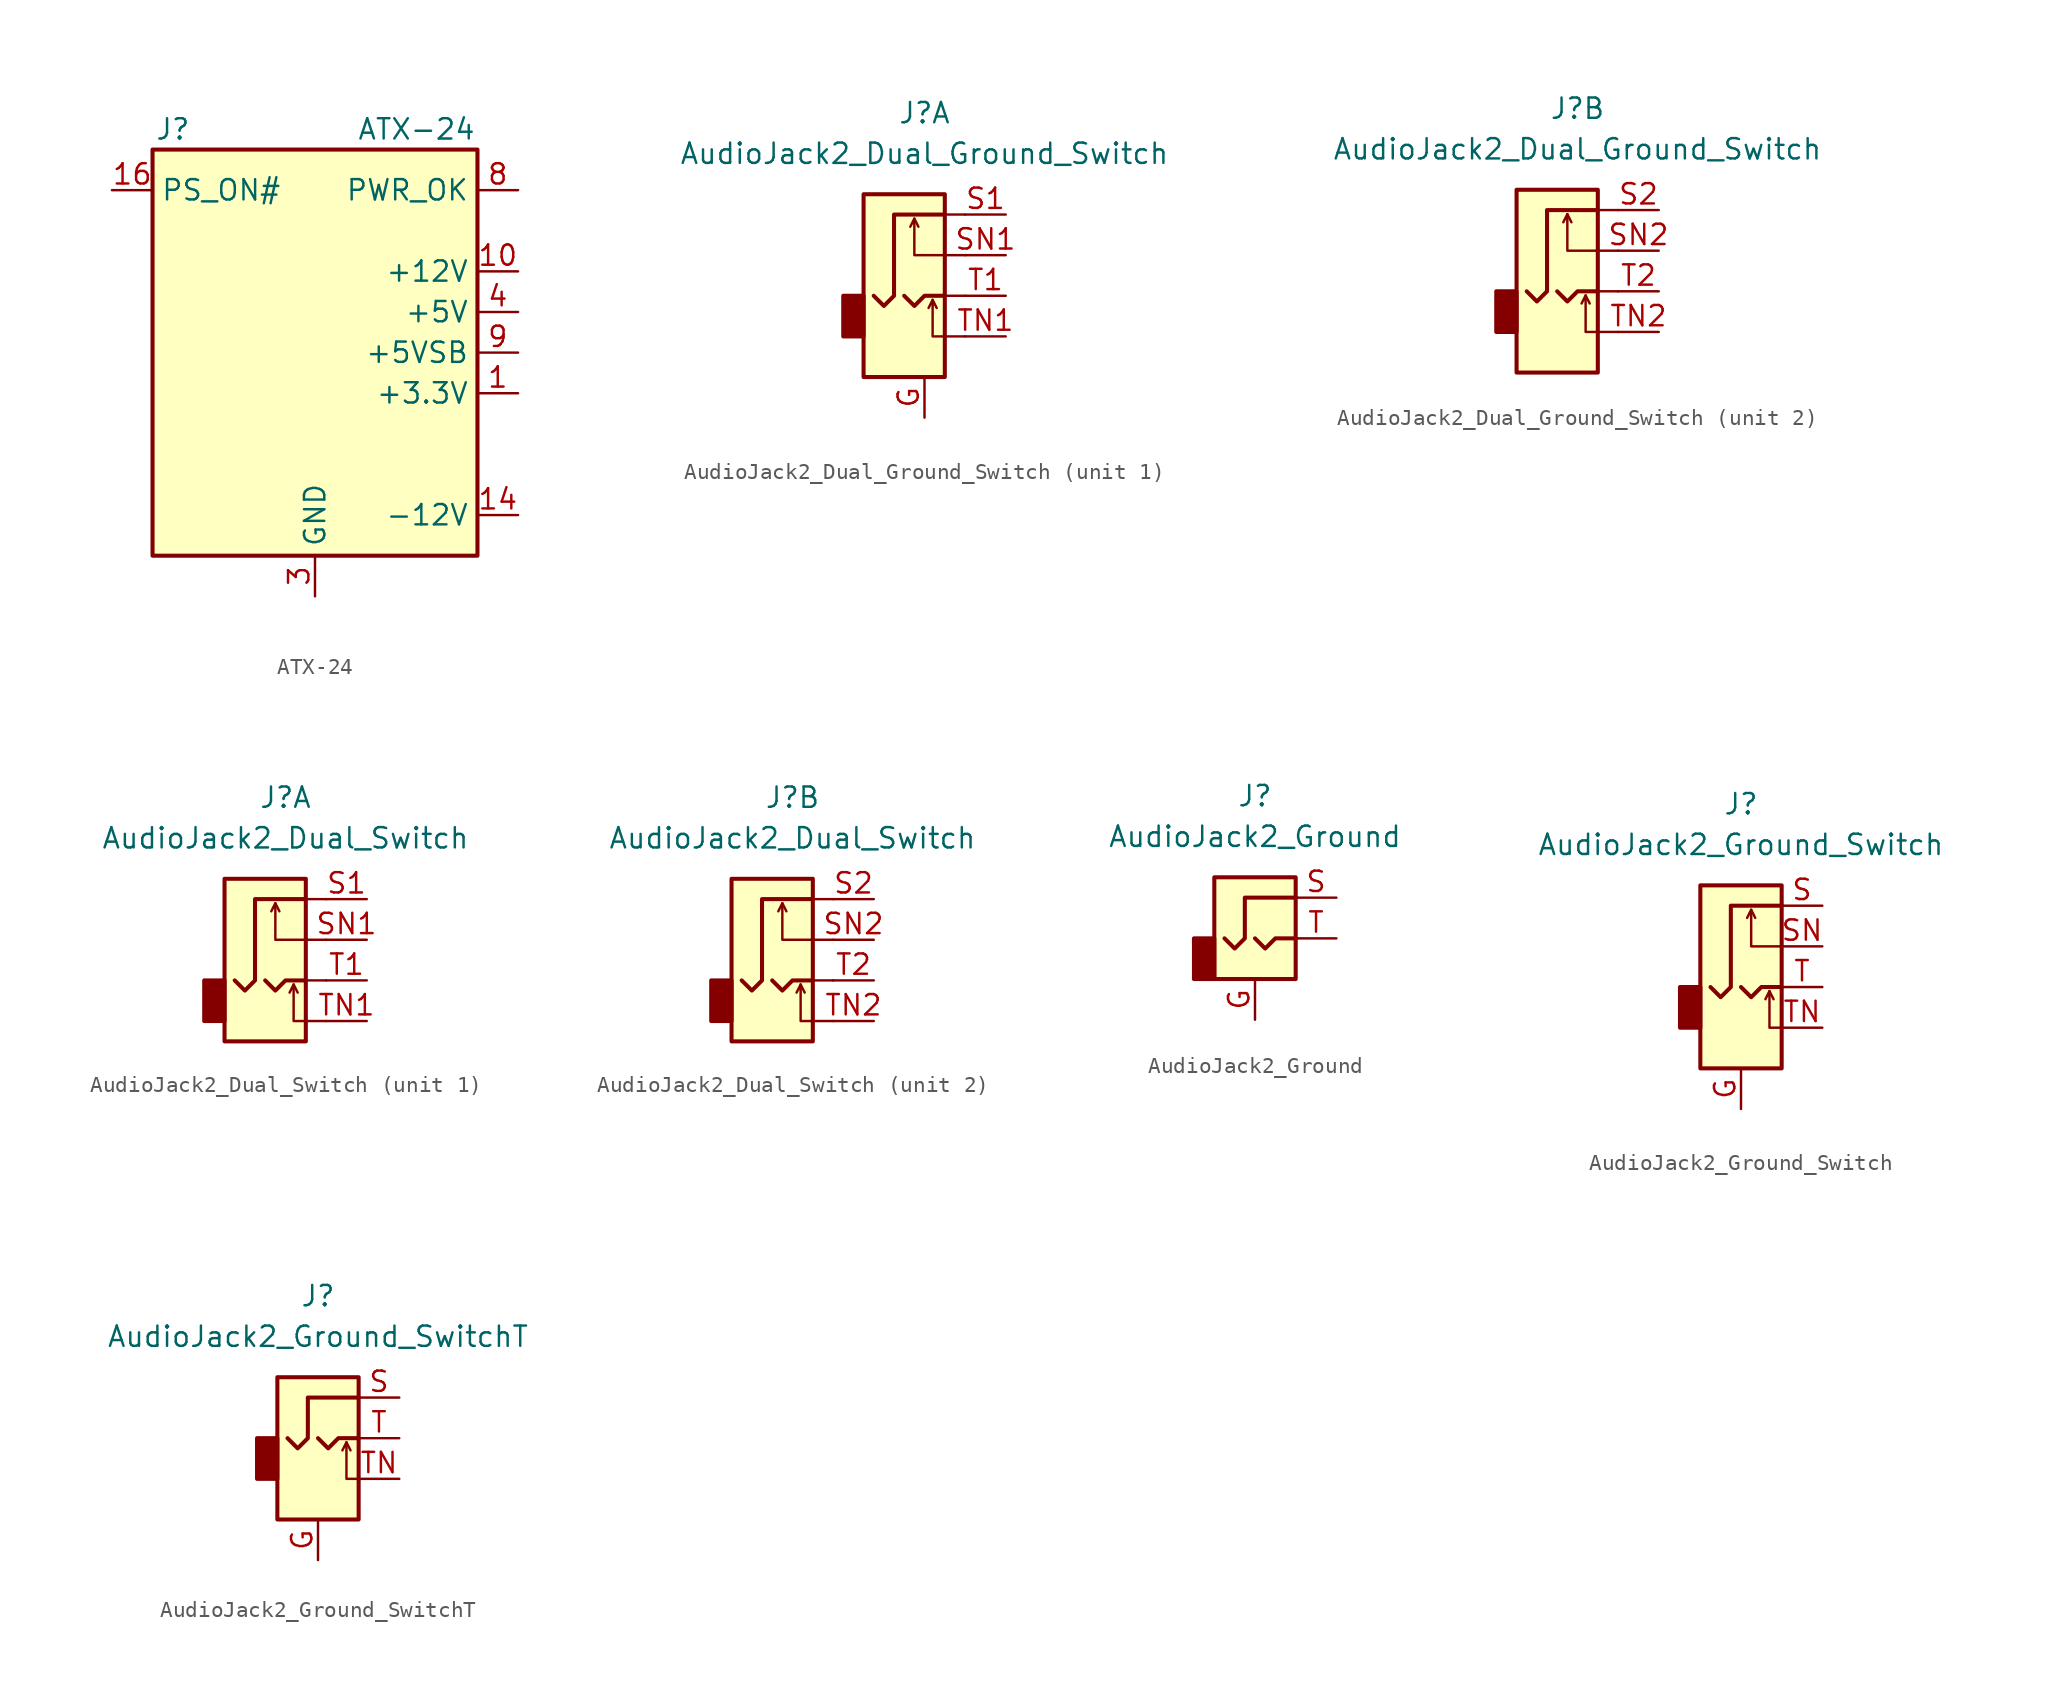
<source format=kicad_sym>
(kicad_symbol_lib
  (version 20201005)
  (generator kicad_symbol_editor)
  (symbol "Connector:ATX-24"
    (property "Reference" "J"
      (at -8.89 13.97 0)
      (effects (font (size 1.27 1.27))))
    (property "Value" "ATX-24"
      (at 6.35 13.97 0)
      (effects (font (size 1.27 1.27))))
    (symbol "ATX-24_0_1"
      (rectangle (start -10.16 12.7) (end 10.16 -12.7) (stroke (width 0.254)) (fill (type background))))
    (symbol "ATX-24_1_1"
      (pin power_out line (at 12.7 -2.54 180) (length 2.54) (name "+3.3V" (effects (font (size 1.27 1.27)))) (number "1" (effects (font (size 1.27 1.27)))))
      (pin power_out line (at 12.7 5.08 180) (length 2.54) (name "+12V" (effects (font (size 1.27 1.27)))) (number "10" (effects (font (size 1.27 1.27)))))
      (pin passive line (at 12.7 5.08 180) (length 2.54) hide (name "+12V" (effects (font (size 1.27 1.27)))) (number "11" (effects (font (size 1.27 1.27)))))
      (pin passive line (at 12.7 -2.54 180) (length 2.54) hide (name "+3.3V" (effects (font (size 1.27 1.27)))) (number "12" (effects (font (size 1.27 1.27)))))
      (pin passive line (at 12.7 -2.54 180) (length 2.54) hide (name "+3.3V" (effects (font (size 1.27 1.27)))) (number "13" (effects (font (size 1.27 1.27)))))
      (pin power_out line (at 12.7 -10.16 180) (length 2.54) (name "-12V" (effects (font (size 1.27 1.27)))) (number "14" (effects (font (size 1.27 1.27)))))
      (pin passive line (at 0 -15.24 90) (length 2.54) hide (name "GND" (effects (font (size 1.27 1.27)))) (number "15" (effects (font (size 1.27 1.27)))))
      (pin open_collector line (at -12.7 10.16 0) (length 2.54) (name "PS_ON#" (effects (font (size 1.27 1.27)))) (number "16" (effects (font (size 1.27 1.27)))))
      (pin passive line (at 0 -15.24 90) (length 2.54) hide (name "GND" (effects (font (size 1.27 1.27)))) (number "17" (effects (font (size 1.27 1.27)))))
      (pin passive line (at 0 -15.24 90) (length 2.54) hide (name "GND" (effects (font (size 1.27 1.27)))) (number "18" (effects (font (size 1.27 1.27)))))
      (pin passive line (at 0 -15.24 90) (length 2.54) hide (name "GND" (effects (font (size 1.27 1.27)))) (number "19" (effects (font (size 1.27 1.27)))))
      (pin passive line (at 12.7 -2.54 180) (length 2.54) hide (name "+3.3V" (effects (font (size 1.27 1.27)))) (number "2" (effects (font (size 1.27 1.27)))))
      (pin no_connect line (at -10.16 0 0) (length 2.54) hide (name "NC" (effects (font (size 1.27 1.27)))) (number "20" (effects (font (size 1.27 1.27)))))
      (pin passive line (at 12.7 2.54 180) (length 2.54) hide (name "+5V" (effects (font (size 1.27 1.27)))) (number "21" (effects (font (size 1.27 1.27)))))
      (pin passive line (at 12.7 2.54 180) (length 2.54) hide (name "+5V" (effects (font (size 1.27 1.27)))) (number "22" (effects (font (size 1.27 1.27)))))
      (pin passive line (at 12.7 2.54 180) (length 2.54) hide (name "+5V" (effects (font (size 1.27 1.27)))) (number "23" (effects (font (size 1.27 1.27)))))
      (pin passive line (at 0 -15.24 90) (length 2.54) hide (name "GND" (effects (font (size 1.27 1.27)))) (number "24" (effects (font (size 1.27 1.27)))))
      (pin power_out line (at 0 -15.24 90) (length 2.54) (name "GND" (effects (font (size 1.27 1.27)))) (number "3" (effects (font (size 1.27 1.27)))))
      (pin power_out line (at 12.7 2.54 180) (length 2.54) (name "+5V" (effects (font (size 1.27 1.27)))) (number "4" (effects (font (size 1.27 1.27)))))
      (pin passive line (at 0 -15.24 90) (length 2.54) hide (name "GND" (effects (font (size 1.27 1.27)))) (number "5" (effects (font (size 1.27 1.27)))))
      (pin passive line (at 12.7 2.54 180) (length 2.54) hide (name "+5V" (effects (font (size 1.27 1.27)))) (number "6" (effects (font (size 1.27 1.27)))))
      (pin passive line (at 0 -15.24 90) (length 2.54) hide (name "GND" (effects (font (size 1.27 1.27)))) (number "7" (effects (font (size 1.27 1.27)))))
      (pin output line (at 12.7 10.16 180) (length 2.54) (name "PWR_OK" (effects (font (size 1.27 1.27)))) (number "8" (effects (font (size 1.27 1.27)))))
      (pin power_out line (at 12.7 0 180) (length 2.54) (name "+5VSB" (effects (font (size 1.27 1.27)))) (number "9" (effects (font (size 1.27 1.27)))))))
  (symbol "Connector:AudioJack2_Dual_Ground_Switch"
    (property "Reference" "J"
      (at 0 11.43 0)
      (effects (font (size 1.27 1.27))))
    (property "Value" "AudioJack2_Dual_Ground_Switch"
      (at 0 8.89 0)
      (effects (font (size 1.27 1.27))))
    (symbol "AudioJack2_Dual_Ground_Switch_0_1"
      (rectangle (start -5.08 0) (end -3.81 -2.54) (stroke (width 0.254)) (fill (type outline)))
      (rectangle (start 1.27 6.35) (end -3.81 -5.08) (stroke (width 0.254)) (fill (type background)))
      (polyline (pts (xy -0.635 4.826) (xy -0.381 4.318)) (stroke (width 0)) (fill (type none)))
      (polyline (pts (xy 0.508 -0.254) (xy 0.762 -0.762)) (stroke (width 0)) (fill (type none)))
      (polyline (pts (xy 1.27 -2.54) (xy 2.54 -2.54)) (stroke (width 0)) (fill (type none)))
      (polyline (pts (xy 1.27 2.54) (xy 2.54 2.54)) (stroke (width 0)) (fill (type none)))
      (polyline (pts (xy 2.54 0) (xy 1.27 0)) (stroke (width 0)) (fill (type none)))
      (polyline (pts (xy 2.54 5.08) (xy 1.27 5.08)) (stroke (width 0)) (fill (type none)))
      (polyline (pts (xy -1.27 0) (xy -0.635 -0.635) (xy 0 0) (xy 1.27 0)) (stroke (width 0.254)) (fill (type none)))
      (polyline (pts (xy 1.27 -2.54) (xy 0.508 -2.54) (xy 0.508 -0.254) (xy 0.254 -0.762)) (stroke (width 0)) (fill (type none)))
      (polyline (pts (xy 1.27 2.54) (xy -0.635 2.54) (xy -0.635 4.826) (xy -0.889 4.318)) (stroke (width 0)) (fill (type none)))
      (polyline (pts (xy 1.27 5.08) (xy -1.905 5.08) (xy -1.905 0) (xy -2.54 -0.635) (xy -3.175 0)) (stroke (width 0.254)) (fill (type none))))
    (symbol "AudioJack2_Dual_Ground_Switch_1_1"
      (pin passive line (at 0 -7.62 90) (length 2.54) (name "~" (effects (font (size 1.27 1.27)))) (number "G" (effects (font (size 1.27 1.27)))))
      (pin passive line (at 5.08 5.08 180) (length 2.54) (name "~" (effects (font (size 1.27 1.27)))) (number "S1" (effects (font (size 1.27 1.27)))))
      (pin passive line (at 5.08 2.54 180) (length 2.54) (name "~" (effects (font (size 1.27 1.27)))) (number "SN1" (effects (font (size 1.27 1.27)))))
      (pin passive line (at 5.08 0 180) (length 2.54) (name "~" (effects (font (size 1.27 1.27)))) (number "T1" (effects (font (size 1.27 1.27)))))
      (pin passive line (at 5.08 -2.54 180) (length 2.54) (name "~" (effects (font (size 1.27 1.27)))) (number "TN1" (effects (font (size 1.27 1.27))))))
    (symbol "AudioJack2_Dual_Ground_Switch_2_1"
      (pin passive line (at 5.08 5.08 180) (length 2.54) (name "~" (effects (font (size 1.27 1.27)))) (number "S2" (effects (font (size 1.27 1.27)))))
      (pin passive line (at 5.08 2.54 180) (length 2.54) (name "~" (effects (font (size 1.27 1.27)))) (number "SN2" (effects (font (size 1.27 1.27)))))
      (pin passive line (at 5.08 0 180) (length 2.54) (name "~" (effects (font (size 1.27 1.27)))) (number "T2" (effects (font (size 1.27 1.27)))))
      (pin passive line (at 5.08 -2.54 180) (length 2.54) (name "~" (effects (font (size 1.27 1.27)))) (number "TN2" (effects (font (size 1.27 1.27)))))))
  (symbol "Connector:AudioJack2_Dual_Switch"
    (property "Reference" "J"
      (at 0 11.43 0)
      (effects (font (size 1.27 1.27))))
    (property "Value" "AudioJack2_Dual_Switch"
      (at 0 8.89 0)
      (effects (font (size 1.27 1.27))))
    (symbol "AudioJack2_Dual_Switch_0_1"
      (rectangle (start -3.81 -2.54) (end -5.08 0) (stroke (width 0.254)) (fill (type outline)))
      (rectangle (start 1.27 6.35) (end -3.81 -3.81) (stroke (width 0.254)) (fill (type background)))
      (polyline (pts (xy -0.635 4.826) (xy -0.381 4.318)) (stroke (width 0)) (fill (type none)))
      (polyline (pts (xy 0.508 -0.254) (xy 0.762 -0.762)) (stroke (width 0)) (fill (type none)))
      (polyline (pts (xy 1.27 -2.54) (xy 2.54 -2.54)) (stroke (width 0)) (fill (type none)))
      (polyline (pts (xy 1.27 2.54) (xy 2.54 2.54)) (stroke (width 0)) (fill (type none)))
      (polyline (pts (xy 2.54 0) (xy 1.27 0)) (stroke (width 0)) (fill (type none)))
      (polyline (pts (xy 2.54 5.08) (xy 1.27 5.08)) (stroke (width 0)) (fill (type none)))
      (polyline (pts (xy -1.27 0) (xy -0.635 -0.635) (xy 0 0) (xy 1.27 0)) (stroke (width 0.254)) (fill (type none)))
      (polyline (pts (xy 1.27 -2.54) (xy 0.508 -2.54) (xy 0.508 -0.254) (xy 0.254 -0.762)) (stroke (width 0)) (fill (type none)))
      (polyline (pts (xy 1.27 2.54) (xy -0.635 2.54) (xy -0.635 4.826) (xy -0.889 4.318)) (stroke (width 0)) (fill (type none)))
      (polyline (pts (xy 1.27 5.08) (xy -1.905 5.08) (xy -1.905 0) (xy -2.54 -0.635) (xy -3.175 0)) (stroke (width 0.254)) (fill (type none))))
    (symbol "AudioJack2_Dual_Switch_1_1"
      (pin passive line (at 5.08 5.08 180) (length 2.54) (name "~" (effects (font (size 1.27 1.27)))) (number "S1" (effects (font (size 1.27 1.27)))))
      (pin passive line (at 5.08 2.54 180) (length 2.54) (name "~" (effects (font (size 1.27 1.27)))) (number "SN1" (effects (font (size 1.27 1.27)))))
      (pin passive line (at 5.08 0 180) (length 2.54) (name "~" (effects (font (size 1.27 1.27)))) (number "T1" (effects (font (size 1.27 1.27)))))
      (pin passive line (at 5.08 -2.54 180) (length 2.54) (name "~" (effects (font (size 1.27 1.27)))) (number "TN1" (effects (font (size 1.27 1.27))))))
    (symbol "AudioJack2_Dual_Switch_2_1"
      (pin passive line (at 5.08 5.08 180) (length 2.54) (name "~" (effects (font (size 1.27 1.27)))) (number "S2" (effects (font (size 1.27 1.27)))))
      (pin passive line (at 5.08 2.54 180) (length 2.54) (name "~" (effects (font (size 1.27 1.27)))) (number "SN2" (effects (font (size 1.27 1.27)))))
      (pin passive line (at 5.08 0 180) (length 2.54) (name "~" (effects (font (size 1.27 1.27)))) (number "T2" (effects (font (size 1.27 1.27)))))
      (pin passive line (at 5.08 -2.54 180) (length 2.54) (name "~" (effects (font (size 1.27 1.27)))) (number "TN2" (effects (font (size 1.27 1.27)))))))
  (symbol "Connector:AudioJack2_Ground"
    (property "Reference" "J"
      (at 0 8.89 0)
      (effects (font (size 1.27 1.27))))
    (property "Value" "AudioJack2_Ground"
      (at 0 6.35 0)
      (effects (font (size 1.27 1.27))))
    (symbol "AudioJack2_Ground_0_1"
      (rectangle (start -2.54 -2.54) (end -3.81 0) (stroke (width 0.254)) (fill (type outline)))
      (rectangle (start 2.54 3.81) (end -2.54 -2.54) (stroke (width 0.254)) (fill (type background)))
      (polyline (pts (xy 0 0) (xy 0.635 -0.635) (xy 1.27 0) (xy 2.54 0)) (stroke (width 0.254)) (fill (type none)))
      (polyline (pts (xy 2.54 2.54) (xy -0.635 2.54) (xy -0.635 0) (xy -1.27 -0.635) (xy -1.905 0)) (stroke (width 0.254)) (fill (type none))))
    (symbol "AudioJack2_Ground_1_1"
      (pin passive line (at 0 -5.08 90) (length 2.54) (name "~" (effects (font (size 1.27 1.27)))) (number "G" (effects (font (size 1.27 1.27)))))
      (pin passive line (at 5.08 2.54 180) (length 2.54) (name "~" (effects (font (size 1.27 1.27)))) (number "S" (effects (font (size 1.27 1.27)))))
      (pin passive line (at 5.08 0 180) (length 2.54) (name "~" (effects (font (size 1.27 1.27)))) (number "T" (effects (font (size 1.27 1.27)))))))
  (symbol "Connector:AudioJack2_Ground_Switch"
    (property "Reference" "J"
      (at 0 11.43 0)
      (effects (font (size 1.27 1.27))))
    (property "Value" "AudioJack2_Ground_Switch"
      (at 0 8.89 0)
      (effects (font (size 1.27 1.27))))
    (symbol "AudioJack2_Ground_Switch_0_1"
      (rectangle (start -2.54 -2.54) (end -3.81 0) (stroke (width 0.254)) (fill (type outline)))
      (rectangle (start 2.54 6.35) (end -2.54 -5.08) (stroke (width 0.254)) (fill (type background))))
    (symbol "AudioJack2_Ground_Switch_1_1"
      (polyline (pts (xy 0.635 4.826) (xy 0.889 4.318)) (stroke (width 0)) (fill (type none)))
      (polyline (pts (xy 1.778 -0.254) (xy 2.032 -0.762)) (stroke (width 0)) (fill (type none)))
      (polyline (pts (xy 0 0) (xy 0.635 -0.635) (xy 1.27 0) (xy 2.54 0)) (stroke (width 0.254)) (fill (type none)))
      (polyline (pts (xy 2.54 -2.54) (xy 1.778 -2.54) (xy 1.778 -0.254) (xy 1.524 -0.762)) (stroke (width 0)) (fill (type none)))
      (polyline (pts (xy 2.54 2.54) (xy 0.635 2.54) (xy 0.635 4.826) (xy 0.381 4.318)) (stroke (width 0)) (fill (type none)))
      (polyline (pts (xy 2.54 5.08) (xy -0.635 5.08) (xy -0.635 0) (xy -1.27 -0.635) (xy -1.905 0)) (stroke (width 0.254)) (fill (type none)))
      (pin passive line (at 0 -7.62 90) (length 2.54) (name "~" (effects (font (size 1.27 1.27)))) (number "G" (effects (font (size 1.27 1.27)))))
      (pin passive line (at 5.08 5.08 180) (length 2.54) (name "~" (effects (font (size 1.27 1.27)))) (number "S" (effects (font (size 1.27 1.27)))))
      (pin passive line (at 5.08 2.54 180) (length 2.54) (name "~" (effects (font (size 1.27 1.27)))) (number "SN" (effects (font (size 1.27 1.27)))))
      (pin passive line (at 5.08 0 180) (length 2.54) (name "~" (effects (font (size 1.27 1.27)))) (number "T" (effects (font (size 1.27 1.27)))))
      (pin passive line (at 5.08 -2.54 180) (length 2.54) (name "~" (effects (font (size 1.27 1.27)))) (number "TN" (effects (font (size 1.27 1.27)))))))
  (symbol "Connector:AudioJack2_Ground_SwitchT"
    (property "Reference" "J"
      (at 0 8.89 0)
      (effects (font (size 1.27 1.27))))
    (property "Value" "AudioJack2_Ground_SwitchT"
      (at 0 6.35 0)
      (effects (font (size 1.27 1.27))))
    (symbol "AudioJack2_Ground_SwitchT_0_1"
      (rectangle (start -2.54 0) (end -3.81 -2.54) (stroke (width 0.254)) (fill (type outline)))
      (rectangle (start 2.54 3.81) (end -2.54 -5.08) (stroke (width 0.254)) (fill (type background)))
      (polyline (pts (xy 1.778 -0.254) (xy 2.032 -0.762)) (stroke (width 0)) (fill (type none)))
      (polyline (pts (xy 0 0) (xy 0.635 -0.635) (xy 1.27 0) (xy 2.54 0)) (stroke (width 0.254)) (fill (type none)))
      (polyline (pts (xy 2.54 -2.54) (xy 1.778 -2.54) (xy 1.778 -0.254) (xy 1.524 -0.762)) (stroke (width 0)) (fill (type none)))
      (polyline (pts (xy 2.54 2.54) (xy -0.635 2.54) (xy -0.635 0) (xy -1.27 -0.635) (xy -1.905 0)) (stroke (width 0.254)) (fill (type none))))
    (symbol "AudioJack2_Ground_SwitchT_1_1"
      (pin passive line (at 0 -7.62 90) (length 2.54) (name "~" (effects (font (size 1.27 1.27)))) (number "G" (effects (font (size 1.27 1.27)))))
      (pin passive line (at 5.08 2.54 180) (length 2.54) (name "~" (effects (font (size 1.27 1.27)))) (number "S" (effects (font (size 1.27 1.27)))))
      (pin passive line (at 5.08 0 180) (length 2.54) (name "~" (effects (font (size 1.27 1.27)))) (number "T" (effects (font (size 1.27 1.27)))))
      (pin passive line (at 5.08 -2.54 180) (length 2.54) (name "~" (effects (font (size 1.27 1.27)))) (number "TN" (effects (font (size 1.27 1.27))))))))
</source>
